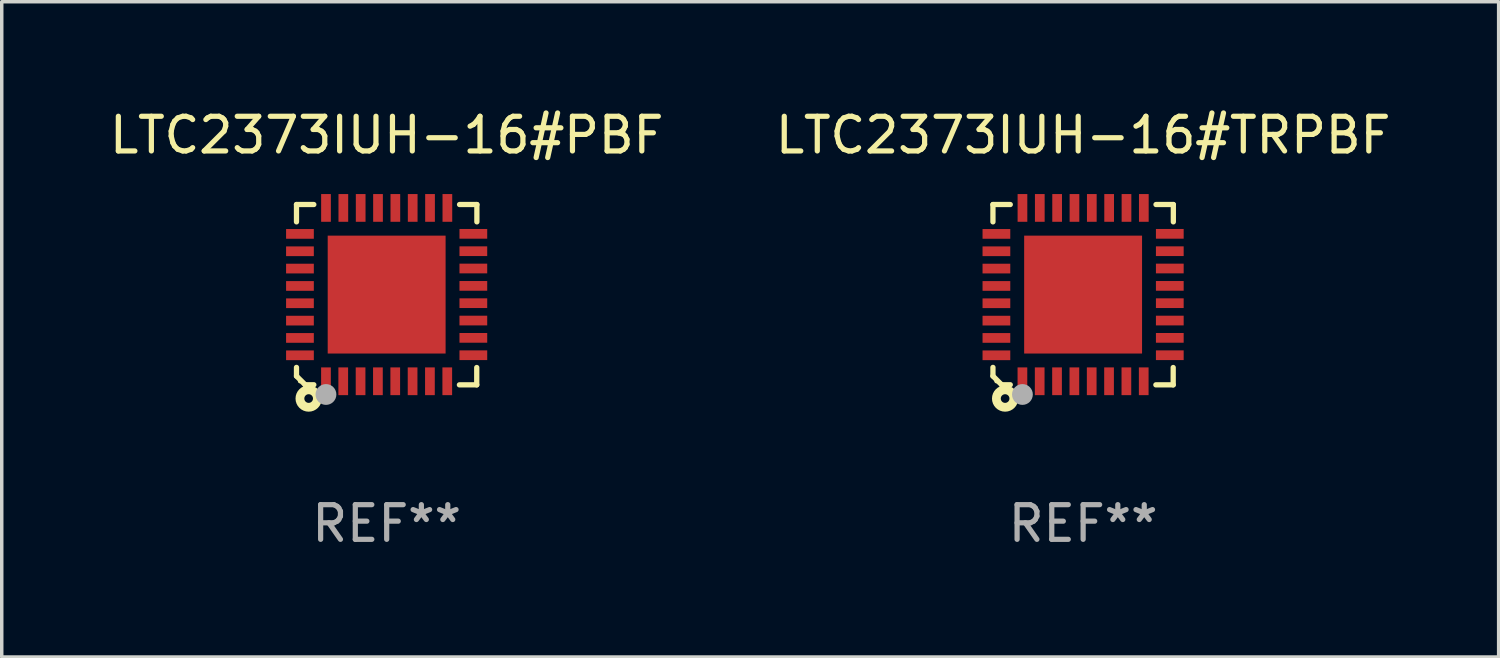
<source format=kicad_pcb>
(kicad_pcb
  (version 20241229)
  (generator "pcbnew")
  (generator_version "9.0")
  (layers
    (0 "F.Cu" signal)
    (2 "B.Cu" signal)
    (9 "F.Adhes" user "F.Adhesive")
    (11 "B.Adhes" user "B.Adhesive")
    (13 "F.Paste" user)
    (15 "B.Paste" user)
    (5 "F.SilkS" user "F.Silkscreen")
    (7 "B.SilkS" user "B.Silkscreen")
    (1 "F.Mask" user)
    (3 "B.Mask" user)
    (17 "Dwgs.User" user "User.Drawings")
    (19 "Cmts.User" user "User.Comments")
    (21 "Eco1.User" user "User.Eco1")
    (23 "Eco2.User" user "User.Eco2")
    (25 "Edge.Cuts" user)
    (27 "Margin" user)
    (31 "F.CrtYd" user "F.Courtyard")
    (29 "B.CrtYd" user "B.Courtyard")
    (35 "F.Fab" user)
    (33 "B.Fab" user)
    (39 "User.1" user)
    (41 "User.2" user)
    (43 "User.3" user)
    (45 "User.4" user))
  (footprint "LTC2373IUH-16#PBF"
    (layer "F.Cu")
    (at 8.101 5.448)
    (property "Reference" "LTC2373IUH-16#PBF" (at 0 -4.6 0) (layer "F.SilkS") (effects (font (size 1 1) (thickness 0.15))))
    (attr through_hole)
    (fp_line (start -2.601 2.097) (end -2.601 2.347) (stroke (width 0.152) (type solid)) (layer "F.SilkS"))
    (fp_line (start -2.601 2.347) (end -2.351 2.597) (stroke (width 0.152) (type solid)) (layer "F.SilkS"))
    (fp_line (start -2.601 -2.6) (end -2.601 -2.1) (stroke (width 0.152) (type solid)) (layer "F.SilkS"))
    (fp_line (start -2.601 -2.6) (end -2.101 -2.6) (stroke (width 0.152) (type solid)) (layer "F.SilkS"))
    (fp_line (start -2.351 2.597) (end -2.101 2.597) (stroke (width 0.152) (type solid)) (layer "F.SilkS"))
    (fp_line (start 2.597 2.6) (end 2.097 2.6) (stroke (width 0.152) (type solid)) (layer "F.SilkS"))
    (fp_line (start 2.597 2.6) (end 2.597 2.1) (stroke (width 0.152) (type solid)) (layer "F.SilkS"))
    (fp_line (start 2.601 -2.6) (end 2.101 -2.6) (stroke (width 0.152) (type solid)) (layer "F.SilkS"))
    (fp_line (start 2.601 -2.6) (end 2.601 -2.1) (stroke (width 0.152) (type solid)) (layer "F.SilkS"))
    (fp_circle (center -2.501 2.497) (end -2.471 2.497) (stroke (width 0.06) (type solid)) (fill no) (layer "F.SilkS"))
    (fp_circle (center -2.25 2.995) (end -2.125 2.995) (stroke (width 0.254) (type solid)) (fill no) (layer "F.SilkS"))
    (fp_circle (center -1.751 2.878) (end -1.601 2.878) (stroke (width 0.3) (type solid)) (fill no) (layer "F.Fab"))
    (fp_text user "REF**" (at 0 6.6 0) (layer "F.Fab") (effects (font (size 1 1) (thickness 0.15))))
    (pad "1" smd rect (at -1.751 2.497) (size 0.28 0.8) (layers "F.Cu" "F.Mask" "F.Paste"))
    (pad "2" smd rect (at -1.253 2.497) (size 0.28 0.8) (layers "F.Cu" "F.Mask" "F.Paste"))
    (pad "3" smd rect (at -0.753 2.497) (size 0.28 0.8) (layers "F.Cu" "F.Mask" "F.Paste"))
    (pad "4" smd rect (at -0.253 2.497) (size 0.28 0.8) (layers "F.Cu" "F.Mask" "F.Paste"))
    (pad "5" smd rect (at 0.247 2.497) (size 0.28 0.8) (layers "F.Cu" "F.Mask" "F.Paste"))
    (pad "6" smd rect (at 0.747 2.497) (size 0.28 0.8) (layers "F.Cu" "F.Mask" "F.Paste"))
    (pad "7" smd rect (at 1.247 2.497) (size 0.28 0.8) (layers "F.Cu" "F.Mask" "F.Paste"))
    (pad "8" smd rect (at 1.747 2.497) (size 0.28 0.8) (layers "F.Cu" "F.Mask" "F.Paste"))
    (pad "9" smd rect (at 2.499 1.746) (size 0.8 0.28) (layers "F.Cu" "F.Mask" "F.Paste"))
    (pad "10" smd rect (at 2.499 1.245) (size 0.8 0.28) (layers "F.Cu" "F.Mask" "F.Paste"))
    (pad "11" smd rect (at 2.499 0.746) (size 0.8 0.28) (layers "F.Cu" "F.Mask" "F.Paste"))
    (pad "12" smd rect (at 2.499 0.245) (size 0.8 0.28) (layers "F.Cu" "F.Mask" "F.Paste"))
    (pad "13" smd rect (at 2.499 -0.254) (size 0.8 0.28) (layers "F.Cu" "F.Mask" "F.Paste"))
    (pad "14" smd rect (at 2.499 -0.755) (size 0.8 0.28) (layers "F.Cu" "F.Mask" "F.Paste"))
    (pad "15" smd rect (at 2.499 -1.254) (size 0.8 0.28) (layers "F.Cu" "F.Mask" "F.Paste"))
    (pad "16" smd rect (at 2.499 -1.755) (size 0.8 0.28) (layers "F.Cu" "F.Mask" "F.Paste"))
    (pad "17" smd rect (at 1.75 -2.502) (size 0.28 0.8) (layers "F.Cu" "F.Mask" "F.Paste"))
    (pad "18" smd rect (at 1.25 -2.502) (size 0.28 0.8) (layers "F.Cu" "F.Mask" "F.Paste"))
    (pad "19" smd rect (at 0.75 -2.502) (size 0.28 0.8) (layers "F.Cu" "F.Mask" "F.Paste"))
    (pad "20" smd rect (at 0.25 -2.502) (size 0.28 0.8) (layers "F.Cu" "F.Mask" "F.Paste"))
    (pad "21" smd rect (at -0.25 -2.502) (size 0.28 0.8) (layers "F.Cu" "F.Mask" "F.Paste"))
    (pad "22" smd rect (at -0.75 -2.502) (size 0.28 0.8) (layers "F.Cu" "F.Mask" "F.Paste"))
    (pad "23" smd rect (at -1.25 -2.502) (size 0.28 0.8) (layers "F.Cu" "F.Mask" "F.Paste"))
    (pad "24" smd rect (at -1.75 -2.502) (size 0.28 0.8) (layers "F.Cu" "F.Mask" "F.Paste"))
    (pad "25" smd rect (at -2.501 -1.753) (size 0.8 0.28) (layers "F.Cu" "F.Mask" "F.Paste"))
    (pad "26" smd rect (at -2.501 -1.252) (size 0.8 0.28) (layers "F.Cu" "F.Mask" "F.Paste"))
    (pad "27" smd rect (at -2.501 -0.753) (size 0.8 0.28) (layers "F.Cu" "F.Mask" "F.Paste"))
    (pad "28" smd rect (at -2.501 -0.252) (size 0.8 0.28) (layers "F.Cu" "F.Mask" "F.Paste"))
    (pad "29" smd rect (at -2.501 0.247) (size 0.8 0.28) (layers "F.Cu" "F.Mask" "F.Paste"))
    (pad "30" smd rect (at -2.501 0.748) (size 0.8 0.28) (layers "F.Cu" "F.Mask" "F.Paste"))
    (pad "31" smd rect (at -2.501 1.247) (size 0.8 0.28) (layers "F.Cu" "F.Mask" "F.Paste"))
    (pad "32" smd rect (at -2.501 1.748) (size 0.8 0.28) (layers "F.Cu" "F.Mask" "F.Paste"))
    (pad "33" smd rect (at -0.001 -0.003 180) (size 3.4 3.4) (layers "F.Cu" "F.Mask" "F.Paste")))
  (footprint "LTC2373IUH-16#TRPBF"
    (layer "F.Cu")
    (at 28.185 5.448)
    (property "Reference" "LTC2373IUH-16#TRPBF" (at 0 -4.6 0) (layer "F.SilkS") (effects (font (size 1 1) (thickness 0.15))))
    (attr through_hole)
    (fp_line (start -2.601 2.097) (end -2.601 2.347) (stroke (width 0.152) (type solid)) (layer "F.SilkS"))
    (fp_line (start -2.601 2.347) (end -2.351 2.597) (stroke (width 0.152) (type solid)) (layer "F.SilkS"))
    (fp_line (start -2.601 -2.6) (end -2.601 -2.1) (stroke (width 0.152) (type solid)) (layer "F.SilkS"))
    (fp_line (start -2.601 -2.6) (end -2.101 -2.6) (stroke (width 0.152) (type solid)) (layer "F.SilkS"))
    (fp_line (start -2.351 2.597) (end -2.101 2.597) (stroke (width 0.152) (type solid)) (layer "F.SilkS"))
    (fp_line (start 2.597 2.6) (end 2.097 2.6) (stroke (width 0.152) (type solid)) (layer "F.SilkS"))
    (fp_line (start 2.597 2.6) (end 2.597 2.1) (stroke (width 0.152) (type solid)) (layer "F.SilkS"))
    (fp_line (start 2.601 -2.6) (end 2.101 -2.6) (stroke (width 0.152) (type solid)) (layer "F.SilkS"))
    (fp_line (start 2.601 -2.6) (end 2.601 -2.1) (stroke (width 0.152) (type solid)) (layer "F.SilkS"))
    (fp_circle (center -2.501 2.497) (end -2.471 2.497) (stroke (width 0.06) (type solid)) (fill no) (layer "F.SilkS"))
    (fp_circle (center -2.25 2.995) (end -2.125 2.995) (stroke (width 0.254) (type solid)) (fill no) (layer "F.SilkS"))
    (fp_circle (center -1.751 2.878) (end -1.601 2.878) (stroke (width 0.3) (type solid)) (fill no) (layer "F.Fab"))
    (fp_text user "REF**" (at 0 6.6 0) (layer "F.Fab") (effects (font (size 1 1) (thickness 0.15))))
    (pad "1" smd rect (at -1.751 2.497) (size 0.28 0.8) (layers "F.Cu" "F.Mask" "F.Paste"))
    (pad "2" smd rect (at -1.253 2.497) (size 0.28 0.8) (layers "F.Cu" "F.Mask" "F.Paste"))
    (pad "3" smd rect (at -0.753 2.497) (size 0.28 0.8) (layers "F.Cu" "F.Mask" "F.Paste"))
    (pad "4" smd rect (at -0.253 2.497) (size 0.28 0.8) (layers "F.Cu" "F.Mask" "F.Paste"))
    (pad "5" smd rect (at 0.247 2.497) (size 0.28 0.8) (layers "F.Cu" "F.Mask" "F.Paste"))
    (pad "6" smd rect (at 0.747 2.497) (size 0.28 0.8) (layers "F.Cu" "F.Mask" "F.Paste"))
    (pad "7" smd rect (at 1.247 2.497) (size 0.28 0.8) (layers "F.Cu" "F.Mask" "F.Paste"))
    (pad "8" smd rect (at 1.747 2.497) (size 0.28 0.8) (layers "F.Cu" "F.Mask" "F.Paste"))
    (pad "9" smd rect (at 2.499 1.746) (size 0.8 0.28) (layers "F.Cu" "F.Mask" "F.Paste"))
    (pad "10" smd rect (at 2.499 1.245) (size 0.8 0.28) (layers "F.Cu" "F.Mask" "F.Paste"))
    (pad "11" smd rect (at 2.499 0.746) (size 0.8 0.28) (layers "F.Cu" "F.Mask" "F.Paste"))
    (pad "12" smd rect (at 2.499 0.245) (size 0.8 0.28) (layers "F.Cu" "F.Mask" "F.Paste"))
    (pad "13" smd rect (at 2.499 -0.254) (size 0.8 0.28) (layers "F.Cu" "F.Mask" "F.Paste"))
    (pad "14" smd rect (at 2.499 -0.755) (size 0.8 0.28) (layers "F.Cu" "F.Mask" "F.Paste"))
    (pad "15" smd rect (at 2.499 -1.254) (size 0.8 0.28) (layers "F.Cu" "F.Mask" "F.Paste"))
    (pad "16" smd rect (at 2.499 -1.755) (size 0.8 0.28) (layers "F.Cu" "F.Mask" "F.Paste"))
    (pad "17" smd rect (at 1.75 -2.502) (size 0.28 0.8) (layers "F.Cu" "F.Mask" "F.Paste"))
    (pad "18" smd rect (at 1.25 -2.502) (size 0.28 0.8) (layers "F.Cu" "F.Mask" "F.Paste"))
    (pad "19" smd rect (at 0.75 -2.502) (size 0.28 0.8) (layers "F.Cu" "F.Mask" "F.Paste"))
    (pad "20" smd rect (at 0.25 -2.502) (size 0.28 0.8) (layers "F.Cu" "F.Mask" "F.Paste"))
    (pad "21" smd rect (at -0.25 -2.502) (size 0.28 0.8) (layers "F.Cu" "F.Mask" "F.Paste"))
    (pad "22" smd rect (at -0.75 -2.502) (size 0.28 0.8) (layers "F.Cu" "F.Mask" "F.Paste"))
    (pad "23" smd rect (at -1.25 -2.502) (size 0.28 0.8) (layers "F.Cu" "F.Mask" "F.Paste"))
    (pad "24" smd rect (at -1.75 -2.502) (size 0.28 0.8) (layers "F.Cu" "F.Mask" "F.Paste"))
    (pad "25" smd rect (at -2.501 -1.753) (size 0.8 0.28) (layers "F.Cu" "F.Mask" "F.Paste"))
    (pad "26" smd rect (at -2.501 -1.252) (size 0.8 0.28) (layers "F.Cu" "F.Mask" "F.Paste"))
    (pad "27" smd rect (at -2.501 -0.753) (size 0.8 0.28) (layers "F.Cu" "F.Mask" "F.Paste"))
    (pad "28" smd rect (at -2.501 -0.252) (size 0.8 0.28) (layers "F.Cu" "F.Mask" "F.Paste"))
    (pad "29" smd rect (at -2.501 0.247) (size 0.8 0.28) (layers "F.Cu" "F.Mask" "F.Paste"))
    (pad "30" smd rect (at -2.501 0.748) (size 0.8 0.28) (layers "F.Cu" "F.Mask" "F.Paste"))
    (pad "31" smd rect (at -2.501 1.247) (size 0.8 0.28) (layers "F.Cu" "F.Mask" "F.Paste"))
    (pad "32" smd rect (at -2.501 1.748) (size 0.8 0.28) (layers "F.Cu" "F.Mask" "F.Paste"))
    (pad "33" smd rect (at -0.001 -0.003 180) (size 3.4 3.4) (layers "F.Cu" "F.Mask" "F.Paste")))
  (gr_rect
    (start -3 -3)
    (end 40.167 15.896)
    (stroke (width 0.1) (type default))
    (fill no)
    (layer "Edge.Cuts")))
</source>
